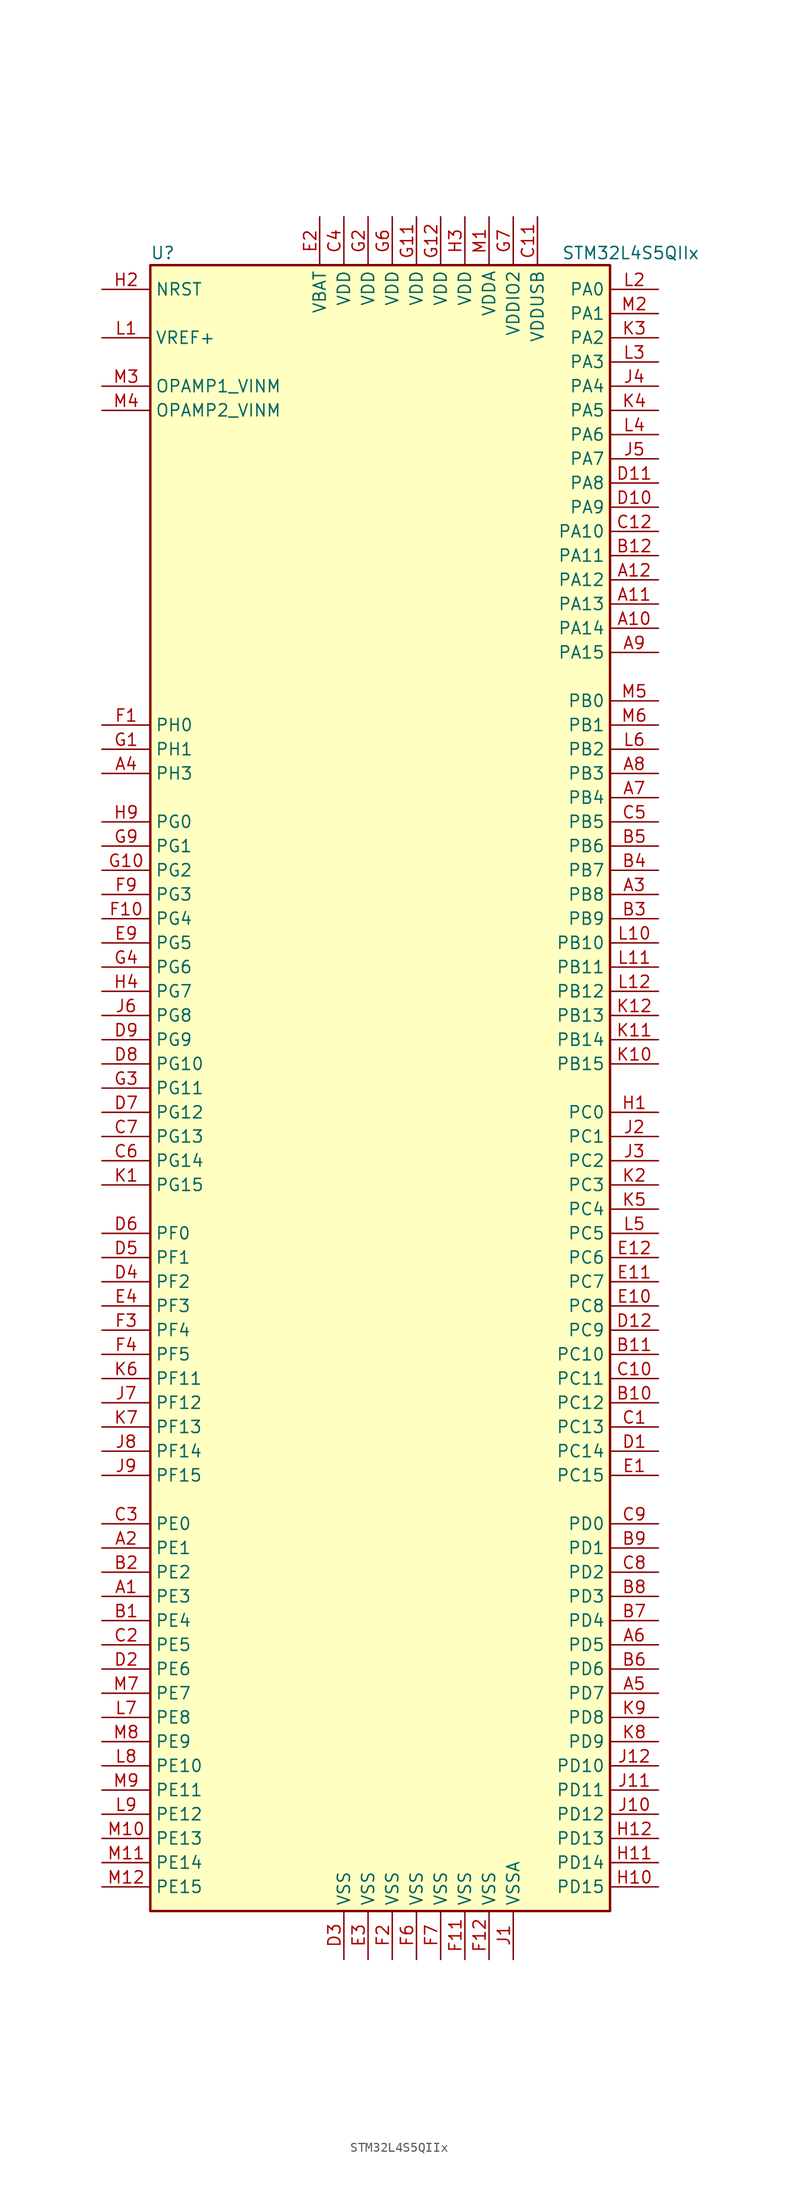
<source format=kicad_sym>
(kicad_symbol_lib
  (version 20201005)
  (generator kicad_symbol_editor)
  (symbol "STM32L4S5QIIx"
    (property "Reference" "U"
      (at -25.4 87.63 0)
      (effects (font (size 1.27 1.27)) (justify left)))
    (property "Value" "STM32L4S5QIIx"
      (at 17.78 87.63 0)
      (effects (font (size 1.27 1.27)) (justify left)))
    (symbol "STM32L4S5QIIx_0_1"
      (rectangle (start -25.4 -86.36) (end 22.86 86.36) (stroke (width 0.254)) (fill (type background))))
    (symbol "STM32L4S5QIIx_1_1"
      (pin bidirectional line (at -30.48 -53.34 0) (length 5.08) (name "PE3" (effects (font (size 1.27 1.27)))) (number "A1" (effects (font (size 1.27 1.27)))))
      (pin bidirectional line (at 27.94 48.26 180) (length 5.08) (name "PA14" (effects (font (size 1.27 1.27)))) (number "A10" (effects (font (size 1.27 1.27)))))
      (pin bidirectional line (at 27.94 50.8 180) (length 5.08) (name "PA13" (effects (font (size 1.27 1.27)))) (number "A11" (effects (font (size 1.27 1.27)))))
      (pin bidirectional line (at 27.94 53.34 180) (length 5.08) (name "PA12" (effects (font (size 1.27 1.27)))) (number "A12" (effects (font (size 1.27 1.27)))))
      (pin bidirectional line (at -30.48 -48.26 0) (length 5.08) (name "PE1" (effects (font (size 1.27 1.27)))) (number "A2" (effects (font (size 1.27 1.27)))))
      (pin bidirectional line (at 27.94 20.32 180) (length 5.08) (name "PB8" (effects (font (size 1.27 1.27)))) (number "A3" (effects (font (size 1.27 1.27)))))
      (pin bidirectional line (at -30.48 33.02 0) (length 5.08) (name "PH3" (effects (font (size 1.27 1.27)))) (number "A4" (effects (font (size 1.27 1.27)))))
      (pin bidirectional line (at 27.94 -63.5 180) (length 5.08) (name "PD7" (effects (font (size 1.27 1.27)))) (number "A5" (effects (font (size 1.27 1.27)))))
      (pin bidirectional line (at 27.94 -58.42 180) (length 5.08) (name "PD5" (effects (font (size 1.27 1.27)))) (number "A6" (effects (font (size 1.27 1.27)))))
      (pin bidirectional line (at 27.94 30.48 180) (length 5.08) (name "PB4" (effects (font (size 1.27 1.27)))) (number "A7" (effects (font (size 1.27 1.27)))))
      (pin bidirectional line (at 27.94 33.02 180) (length 5.08) (name "PB3" (effects (font (size 1.27 1.27)))) (number "A8" (effects (font (size 1.27 1.27)))))
      (pin bidirectional line (at 27.94 45.72 180) (length 5.08) (name "PA15" (effects (font (size 1.27 1.27)))) (number "A9" (effects (font (size 1.27 1.27)))))
      (pin bidirectional line (at -30.48 -55.88 0) (length 5.08) (name "PE4" (effects (font (size 1.27 1.27)))) (number "B1" (effects (font (size 1.27 1.27)))))
      (pin bidirectional line (at 27.94 -33.02 180) (length 5.08) (name "PC12" (effects (font (size 1.27 1.27)))) (number "B10" (effects (font (size 1.27 1.27)))))
      (pin bidirectional line (at 27.94 -27.94 180) (length 5.08) (name "PC10" (effects (font (size 1.27 1.27)))) (number "B11" (effects (font (size 1.27 1.27)))))
      (pin bidirectional line (at 27.94 55.88 180) (length 5.08) (name "PA11" (effects (font (size 1.27 1.27)))) (number "B12" (effects (font (size 1.27 1.27)))))
      (pin bidirectional line (at -30.48 -50.8 0) (length 5.08) (name "PE2" (effects (font (size 1.27 1.27)))) (number "B2" (effects (font (size 1.27 1.27)))))
      (pin bidirectional line (at 27.94 17.78 180) (length 5.08) (name "PB9" (effects (font (size 1.27 1.27)))) (number "B3" (effects (font (size 1.27 1.27)))))
      (pin bidirectional line (at 27.94 22.86 180) (length 5.08) (name "PB7" (effects (font (size 1.27 1.27)))) (number "B4" (effects (font (size 1.27 1.27)))))
      (pin bidirectional line (at 27.94 25.4 180) (length 5.08) (name "PB6" (effects (font (size 1.27 1.27)))) (number "B5" (effects (font (size 1.27 1.27)))))
      (pin bidirectional line (at 27.94 -60.96 180) (length 5.08) (name "PD6" (effects (font (size 1.27 1.27)))) (number "B6" (effects (font (size 1.27 1.27)))))
      (pin bidirectional line (at 27.94 -55.88 180) (length 5.08) (name "PD4" (effects (font (size 1.27 1.27)))) (number "B7" (effects (font (size 1.27 1.27)))))
      (pin bidirectional line (at 27.94 -53.34 180) (length 5.08) (name "PD3" (effects (font (size 1.27 1.27)))) (number "B8" (effects (font (size 1.27 1.27)))))
      (pin bidirectional line (at 27.94 -48.26 180) (length 5.08) (name "PD1" (effects (font (size 1.27 1.27)))) (number "B9" (effects (font (size 1.27 1.27)))))
      (pin bidirectional line (at 27.94 -35.56 180) (length 5.08) (name "PC13" (effects (font (size 1.27 1.27)))) (number "C1" (effects (font (size 1.27 1.27)))))
      (pin bidirectional line (at 27.94 -30.48 180) (length 5.08) (name "PC11" (effects (font (size 1.27 1.27)))) (number "C10" (effects (font (size 1.27 1.27)))))
      (pin power_in line (at 15.24 91.44 270) (length 5.08) (name "VDDUSB" (effects (font (size 1.27 1.27)))) (number "C11" (effects (font (size 1.27 1.27)))))
      (pin bidirectional line (at 27.94 58.42 180) (length 5.08) (name "PA10" (effects (font (size 1.27 1.27)))) (number "C12" (effects (font (size 1.27 1.27)))))
      (pin bidirectional line (at -30.48 -58.42 0) (length 5.08) (name "PE5" (effects (font (size 1.27 1.27)))) (number "C2" (effects (font (size 1.27 1.27)))))
      (pin bidirectional line (at -30.48 -45.72 0) (length 5.08) (name "PE0" (effects (font (size 1.27 1.27)))) (number "C3" (effects (font (size 1.27 1.27)))))
      (pin power_in line (at -5.08 91.44 270) (length 5.08) (name "VDD" (effects (font (size 1.27 1.27)))) (number "C4" (effects (font (size 1.27 1.27)))))
      (pin bidirectional line (at 27.94 27.94 180) (length 5.08) (name "PB5" (effects (font (size 1.27 1.27)))) (number "C5" (effects (font (size 1.27 1.27)))))
      (pin bidirectional line (at -30.48 -7.62 0) (length 5.08) (name "PG14" (effects (font (size 1.27 1.27)))) (number "C6" (effects (font (size 1.27 1.27)))))
      (pin bidirectional line (at -30.48 -5.08 0) (length 5.08) (name "PG13" (effects (font (size 1.27 1.27)))) (number "C7" (effects (font (size 1.27 1.27)))))
      (pin bidirectional line (at 27.94 -50.8 180) (length 5.08) (name "PD2" (effects (font (size 1.27 1.27)))) (number "C8" (effects (font (size 1.27 1.27)))))
      (pin bidirectional line (at 27.94 -45.72 180) (length 5.08) (name "PD0" (effects (font (size 1.27 1.27)))) (number "C9" (effects (font (size 1.27 1.27)))))
      (pin bidirectional line (at 27.94 -38.1 180) (length 5.08) (name "PC14" (effects (font (size 1.27 1.27)))) (number "D1" (effects (font (size 1.27 1.27)))))
      (pin bidirectional line (at 27.94 60.96 180) (length 5.08) (name "PA9" (effects (font (size 1.27 1.27)))) (number "D10" (effects (font (size 1.27 1.27)))))
      (pin bidirectional line (at 27.94 63.5 180) (length 5.08) (name "PA8" (effects (font (size 1.27 1.27)))) (number "D11" (effects (font (size 1.27 1.27)))))
      (pin bidirectional line (at 27.94 -25.4 180) (length 5.08) (name "PC9" (effects (font (size 1.27 1.27)))) (number "D12" (effects (font (size 1.27 1.27)))))
      (pin bidirectional line (at -30.48 -60.96 0) (length 5.08) (name "PE6" (effects (font (size 1.27 1.27)))) (number "D2" (effects (font (size 1.27 1.27)))))
      (pin power_in line (at -5.08 -91.44 90) (length 5.08) (name "VSS" (effects (font (size 1.27 1.27)))) (number "D3" (effects (font (size 1.27 1.27)))))
      (pin bidirectional line (at -30.48 -20.32 0) (length 5.08) (name "PF2" (effects (font (size 1.27 1.27)))) (number "D4" (effects (font (size 1.27 1.27)))))
      (pin bidirectional line (at -30.48 -17.78 0) (length 5.08) (name "PF1" (effects (font (size 1.27 1.27)))) (number "D5" (effects (font (size 1.27 1.27)))))
      (pin bidirectional line (at -30.48 -15.24 0) (length 5.08) (name "PF0" (effects (font (size 1.27 1.27)))) (number "D6" (effects (font (size 1.27 1.27)))))
      (pin bidirectional line (at -30.48 -2.54 0) (length 5.08) (name "PG12" (effects (font (size 1.27 1.27)))) (number "D7" (effects (font (size 1.27 1.27)))))
      (pin bidirectional line (at -30.48 2.54 0) (length 5.08) (name "PG10" (effects (font (size 1.27 1.27)))) (number "D8" (effects (font (size 1.27 1.27)))))
      (pin bidirectional line (at -30.48 5.08 0) (length 5.08) (name "PG9" (effects (font (size 1.27 1.27)))) (number "D9" (effects (font (size 1.27 1.27)))))
      (pin bidirectional line (at 27.94 -40.64 180) (length 5.08) (name "PC15" (effects (font (size 1.27 1.27)))) (number "E1" (effects (font (size 1.27 1.27)))))
      (pin bidirectional line (at 27.94 -22.86 180) (length 5.08) (name "PC8" (effects (font (size 1.27 1.27)))) (number "E10" (effects (font (size 1.27 1.27)))))
      (pin bidirectional line (at 27.94 -20.32 180) (length 5.08) (name "PC7" (effects (font (size 1.27 1.27)))) (number "E11" (effects (font (size 1.27 1.27)))))
      (pin bidirectional line (at 27.94 -17.78 180) (length 5.08) (name "PC6" (effects (font (size 1.27 1.27)))) (number "E12" (effects (font (size 1.27 1.27)))))
      (pin power_in line (at -7.62 91.44 270) (length 5.08) (name "VBAT" (effects (font (size 1.27 1.27)))) (number "E2" (effects (font (size 1.27 1.27)))))
      (pin power_in line (at -2.54 -91.44 90) (length 5.08) (name "VSS" (effects (font (size 1.27 1.27)))) (number "E3" (effects (font (size 1.27 1.27)))))
      (pin bidirectional line (at -30.48 -22.86 0) (length 5.08) (name "PF3" (effects (font (size 1.27 1.27)))) (number "E4" (effects (font (size 1.27 1.27)))))
      (pin bidirectional line (at -30.48 15.24 0) (length 5.08) (name "PG5" (effects (font (size 1.27 1.27)))) (number "E9" (effects (font (size 1.27 1.27)))))
      (pin input line (at -30.48 38.1 0) (length 5.08) (name "PH0" (effects (font (size 1.27 1.27)))) (number "F1" (effects (font (size 1.27 1.27)))))
      (pin bidirectional line (at -30.48 17.78 0) (length 5.08) (name "PG4" (effects (font (size 1.27 1.27)))) (number "F10" (effects (font (size 1.27 1.27)))))
      (pin power_in line (at 7.62 -91.44 90) (length 5.08) (name "VSS" (effects (font (size 1.27 1.27)))) (number "F11" (effects (font (size 1.27 1.27)))))
      (pin power_in line (at 10.16 -91.44 90) (length 5.08) (name "VSS" (effects (font (size 1.27 1.27)))) (number "F12" (effects (font (size 1.27 1.27)))))
      (pin power_in line (at 0 -91.44 90) (length 5.08) (name "VSS" (effects (font (size 1.27 1.27)))) (number "F2" (effects (font (size 1.27 1.27)))))
      (pin bidirectional line (at -30.48 -25.4 0) (length 5.08) (name "PF4" (effects (font (size 1.27 1.27)))) (number "F3" (effects (font (size 1.27 1.27)))))
      (pin bidirectional line (at -30.48 -27.94 0) (length 5.08) (name "PF5" (effects (font (size 1.27 1.27)))) (number "F4" (effects (font (size 1.27 1.27)))))
      (pin power_in line (at 2.54 -91.44 90) (length 5.08) (name "VSS" (effects (font (size 1.27 1.27)))) (number "F6" (effects (font (size 1.27 1.27)))))
      (pin power_in line (at 5.08 -91.44 90) (length 5.08) (name "VSS" (effects (font (size 1.27 1.27)))) (number "F7" (effects (font (size 1.27 1.27)))))
      (pin bidirectional line (at -30.48 20.32 0) (length 5.08) (name "PG3" (effects (font (size 1.27 1.27)))) (number "F9" (effects (font (size 1.27 1.27)))))
      (pin input line (at -30.48 35.56 0) (length 5.08) (name "PH1" (effects (font (size 1.27 1.27)))) (number "G1" (effects (font (size 1.27 1.27)))))
      (pin bidirectional line (at -30.48 22.86 0) (length 5.08) (name "PG2" (effects (font (size 1.27 1.27)))) (number "G10" (effects (font (size 1.27 1.27)))))
      (pin power_in line (at 2.54 91.44 270) (length 5.08) (name "VDD" (effects (font (size 1.27 1.27)))) (number "G11" (effects (font (size 1.27 1.27)))))
      (pin power_in line (at 5.08 91.44 270) (length 5.08) (name "VDD" (effects (font (size 1.27 1.27)))) (number "G12" (effects (font (size 1.27 1.27)))))
      (pin power_in line (at -2.54 91.44 270) (length 5.08) (name "VDD" (effects (font (size 1.27 1.27)))) (number "G2" (effects (font (size 1.27 1.27)))))
      (pin bidirectional line (at -30.48 0 0) (length 5.08) (name "PG11" (effects (font (size 1.27 1.27)))) (number "G3" (effects (font (size 1.27 1.27)))))
      (pin bidirectional line (at -30.48 12.7 0) (length 5.08) (name "PG6" (effects (font (size 1.27 1.27)))) (number "G4" (effects (font (size 1.27 1.27)))))
      (pin power_in line (at 0 91.44 270) (length 5.08) (name "VDD" (effects (font (size 1.27 1.27)))) (number "G6" (effects (font (size 1.27 1.27)))))
      (pin power_in line (at 12.7 91.44 270) (length 5.08) (name "VDDIO2" (effects (font (size 1.27 1.27)))) (number "G7" (effects (font (size 1.27 1.27)))))
      (pin bidirectional line (at -30.48 25.4 0) (length 5.08) (name "PG1" (effects (font (size 1.27 1.27)))) (number "G9" (effects (font (size 1.27 1.27)))))
      (pin bidirectional line (at 27.94 -2.54 180) (length 5.08) (name "PC0" (effects (font (size 1.27 1.27)))) (number "H1" (effects (font (size 1.27 1.27)))))
      (pin bidirectional line (at 27.94 -83.82 180) (length 5.08) (name "PD15" (effects (font (size 1.27 1.27)))) (number "H10" (effects (font (size 1.27 1.27)))))
      (pin bidirectional line (at 27.94 -81.28 180) (length 5.08) (name "PD14" (effects (font (size 1.27 1.27)))) (number "H11" (effects (font (size 1.27 1.27)))))
      (pin bidirectional line (at 27.94 -78.74 180) (length 5.08) (name "PD13" (effects (font (size 1.27 1.27)))) (number "H12" (effects (font (size 1.27 1.27)))))
      (pin input line (at -30.48 83.82 0) (length 5.08) (name "NRST" (effects (font (size 1.27 1.27)))) (number "H2" (effects (font (size 1.27 1.27)))))
      (pin power_in line (at 7.62 91.44 270) (length 5.08) (name "VDD" (effects (font (size 1.27 1.27)))) (number "H3" (effects (font (size 1.27 1.27)))))
      (pin bidirectional line (at -30.48 10.16 0) (length 5.08) (name "PG7" (effects (font (size 1.27 1.27)))) (number "H4" (effects (font (size 1.27 1.27)))))
      (pin bidirectional line (at -30.48 27.94 0) (length 5.08) (name "PG0" (effects (font (size 1.27 1.27)))) (number "H9" (effects (font (size 1.27 1.27)))))
      (pin power_in line (at 12.7 -91.44 90) (length 5.08) (name "VSSA" (effects (font (size 1.27 1.27)))) (number "J1" (effects (font (size 1.27 1.27)))))
      (pin bidirectional line (at 27.94 -76.2 180) (length 5.08) (name "PD12" (effects (font (size 1.27 1.27)))) (number "J10" (effects (font (size 1.27 1.27)))))
      (pin bidirectional line (at 27.94 -73.66 180) (length 5.08) (name "PD11" (effects (font (size 1.27 1.27)))) (number "J11" (effects (font (size 1.27 1.27)))))
      (pin bidirectional line (at 27.94 -71.12 180) (length 5.08) (name "PD10" (effects (font (size 1.27 1.27)))) (number "J12" (effects (font (size 1.27 1.27)))))
      (pin bidirectional line (at 27.94 -5.08 180) (length 5.08) (name "PC1" (effects (font (size 1.27 1.27)))) (number "J2" (effects (font (size 1.27 1.27)))))
      (pin bidirectional line (at 27.94 -7.62 180) (length 5.08) (name "PC2" (effects (font (size 1.27 1.27)))) (number "J3" (effects (font (size 1.27 1.27)))))
      (pin bidirectional line (at 27.94 73.66 180) (length 5.08) (name "PA4" (effects (font (size 1.27 1.27)))) (number "J4" (effects (font (size 1.27 1.27)))))
      (pin bidirectional line (at 27.94 66.04 180) (length 5.08) (name "PA7" (effects (font (size 1.27 1.27)))) (number "J5" (effects (font (size 1.27 1.27)))))
      (pin bidirectional line (at -30.48 7.62 0) (length 5.08) (name "PG8" (effects (font (size 1.27 1.27)))) (number "J6" (effects (font (size 1.27 1.27)))))
      (pin bidirectional line (at -30.48 -33.02 0) (length 5.08) (name "PF12" (effects (font (size 1.27 1.27)))) (number "J7" (effects (font (size 1.27 1.27)))))
      (pin bidirectional line (at -30.48 -38.1 0) (length 5.08) (name "PF14" (effects (font (size 1.27 1.27)))) (number "J8" (effects (font (size 1.27 1.27)))))
      (pin bidirectional line (at -30.48 -40.64 0) (length 5.08) (name "PF15" (effects (font (size 1.27 1.27)))) (number "J9" (effects (font (size 1.27 1.27)))))
      (pin bidirectional line (at -30.48 -10.16 0) (length 5.08) (name "PG15" (effects (font (size 1.27 1.27)))) (number "K1" (effects (font (size 1.27 1.27)))))
      (pin bidirectional line (at 27.94 2.54 180) (length 5.08) (name "PB15" (effects (font (size 1.27 1.27)))) (number "K10" (effects (font (size 1.27 1.27)))))
      (pin bidirectional line (at 27.94 5.08 180) (length 5.08) (name "PB14" (effects (font (size 1.27 1.27)))) (number "K11" (effects (font (size 1.27 1.27)))))
      (pin bidirectional line (at 27.94 7.62 180) (length 5.08) (name "PB13" (effects (font (size 1.27 1.27)))) (number "K12" (effects (font (size 1.27 1.27)))))
      (pin bidirectional line (at 27.94 -10.16 180) (length 5.08) (name "PC3" (effects (font (size 1.27 1.27)))) (number "K2" (effects (font (size 1.27 1.27)))))
      (pin bidirectional line (at 27.94 78.74 180) (length 5.08) (name "PA2" (effects (font (size 1.27 1.27)))) (number "K3" (effects (font (size 1.27 1.27)))))
      (pin bidirectional line (at 27.94 71.12 180) (length 5.08) (name "PA5" (effects (font (size 1.27 1.27)))) (number "K4" (effects (font (size 1.27 1.27)))))
      (pin bidirectional line (at 27.94 -12.7 180) (length 5.08) (name "PC4" (effects (font (size 1.27 1.27)))) (number "K5" (effects (font (size 1.27 1.27)))))
      (pin bidirectional line (at -30.48 -30.48 0) (length 5.08) (name "PF11" (effects (font (size 1.27 1.27)))) (number "K6" (effects (font (size 1.27 1.27)))))
      (pin bidirectional line (at -30.48 -35.56 0) (length 5.08) (name "PF13" (effects (font (size 1.27 1.27)))) (number "K7" (effects (font (size 1.27 1.27)))))
      (pin bidirectional line (at 27.94 -68.58 180) (length 5.08) (name "PD9" (effects (font (size 1.27 1.27)))) (number "K8" (effects (font (size 1.27 1.27)))))
      (pin bidirectional line (at 27.94 -66.04 180) (length 5.08) (name "PD8" (effects (font (size 1.27 1.27)))) (number "K9" (effects (font (size 1.27 1.27)))))
      (pin bidirectional line (at -30.48 78.74 0) (length 5.08) (name "VREF+" (effects (font (size 1.27 1.27)))) (number "L1" (effects (font (size 1.27 1.27)))))
      (pin bidirectional line (at 27.94 15.24 180) (length 5.08) (name "PB10" (effects (font (size 1.27 1.27)))) (number "L10" (effects (font (size 1.27 1.27)))))
      (pin bidirectional line (at 27.94 12.7 180) (length 5.08) (name "PB11" (effects (font (size 1.27 1.27)))) (number "L11" (effects (font (size 1.27 1.27)))))
      (pin bidirectional line (at 27.94 10.16 180) (length 5.08) (name "PB12" (effects (font (size 1.27 1.27)))) (number "L12" (effects (font (size 1.27 1.27)))))
      (pin bidirectional line (at 27.94 83.82 180) (length 5.08) (name "PA0" (effects (font (size 1.27 1.27)))) (number "L2" (effects (font (size 1.27 1.27)))))
      (pin bidirectional line (at 27.94 76.2 180) (length 5.08) (name "PA3" (effects (font (size 1.27 1.27)))) (number "L3" (effects (font (size 1.27 1.27)))))
      (pin bidirectional line (at 27.94 68.58 180) (length 5.08) (name "PA6" (effects (font (size 1.27 1.27)))) (number "L4" (effects (font (size 1.27 1.27)))))
      (pin bidirectional line (at 27.94 -15.24 180) (length 5.08) (name "PC5" (effects (font (size 1.27 1.27)))) (number "L5" (effects (font (size 1.27 1.27)))))
      (pin bidirectional line (at 27.94 35.56 180) (length 5.08) (name "PB2" (effects (font (size 1.27 1.27)))) (number "L6" (effects (font (size 1.27 1.27)))))
      (pin bidirectional line (at -30.48 -66.04 0) (length 5.08) (name "PE8" (effects (font (size 1.27 1.27)))) (number "L7" (effects (font (size 1.27 1.27)))))
      (pin bidirectional line (at -30.48 -71.12 0) (length 5.08) (name "PE10" (effects (font (size 1.27 1.27)))) (number "L8" (effects (font (size 1.27 1.27)))))
      (pin bidirectional line (at -30.48 -76.2 0) (length 5.08) (name "PE12" (effects (font (size 1.27 1.27)))) (number "L9" (effects (font (size 1.27 1.27)))))
      (pin power_in line (at 10.16 91.44 270) (length 5.08) (name "VDDA" (effects (font (size 1.27 1.27)))) (number "M1" (effects (font (size 1.27 1.27)))))
      (pin bidirectional line (at -30.48 -78.74 0) (length 5.08) (name "PE13" (effects (font (size 1.27 1.27)))) (number "M10" (effects (font (size 1.27 1.27)))))
      (pin bidirectional line (at -30.48 -81.28 0) (length 5.08) (name "PE14" (effects (font (size 1.27 1.27)))) (number "M11" (effects (font (size 1.27 1.27)))))
      (pin bidirectional line (at -30.48 -83.82 0) (length 5.08) (name "PE15" (effects (font (size 1.27 1.27)))) (number "M12" (effects (font (size 1.27 1.27)))))
      (pin bidirectional line (at 27.94 81.28 180) (length 5.08) (name "PA1" (effects (font (size 1.27 1.27)))) (number "M2" (effects (font (size 1.27 1.27)))))
      (pin bidirectional line (at -30.48 73.66 0) (length 5.08) (name "OPAMP1_VINM" (effects (font (size 1.27 1.27)))) (number "M3" (effects (font (size 1.27 1.27)))))
      (pin bidirectional line (at -30.48 71.12 0) (length 5.08) (name "OPAMP2_VINM" (effects (font (size 1.27 1.27)))) (number "M4" (effects (font (size 1.27 1.27)))))
      (pin bidirectional line (at 27.94 40.64 180) (length 5.08) (name "PB0" (effects (font (size 1.27 1.27)))) (number "M5" (effects (font (size 1.27 1.27)))))
      (pin bidirectional line (at 27.94 38.1 180) (length 5.08) (name "PB1" (effects (font (size 1.27 1.27)))) (number "M6" (effects (font (size 1.27 1.27)))))
      (pin bidirectional line (at -30.48 -63.5 0) (length 5.08) (name "PE7" (effects (font (size 1.27 1.27)))) (number "M7" (effects (font (size 1.27 1.27)))))
      (pin bidirectional line (at -30.48 -68.58 0) (length 5.08) (name "PE9" (effects (font (size 1.27 1.27)))) (number "M8" (effects (font (size 1.27 1.27)))))
      (pin bidirectional line (at -30.48 -73.66 0) (length 5.08) (name "PE11" (effects (font (size 1.27 1.27)))) (number "M9" (effects (font (size 1.27 1.27))))))))
</source>
